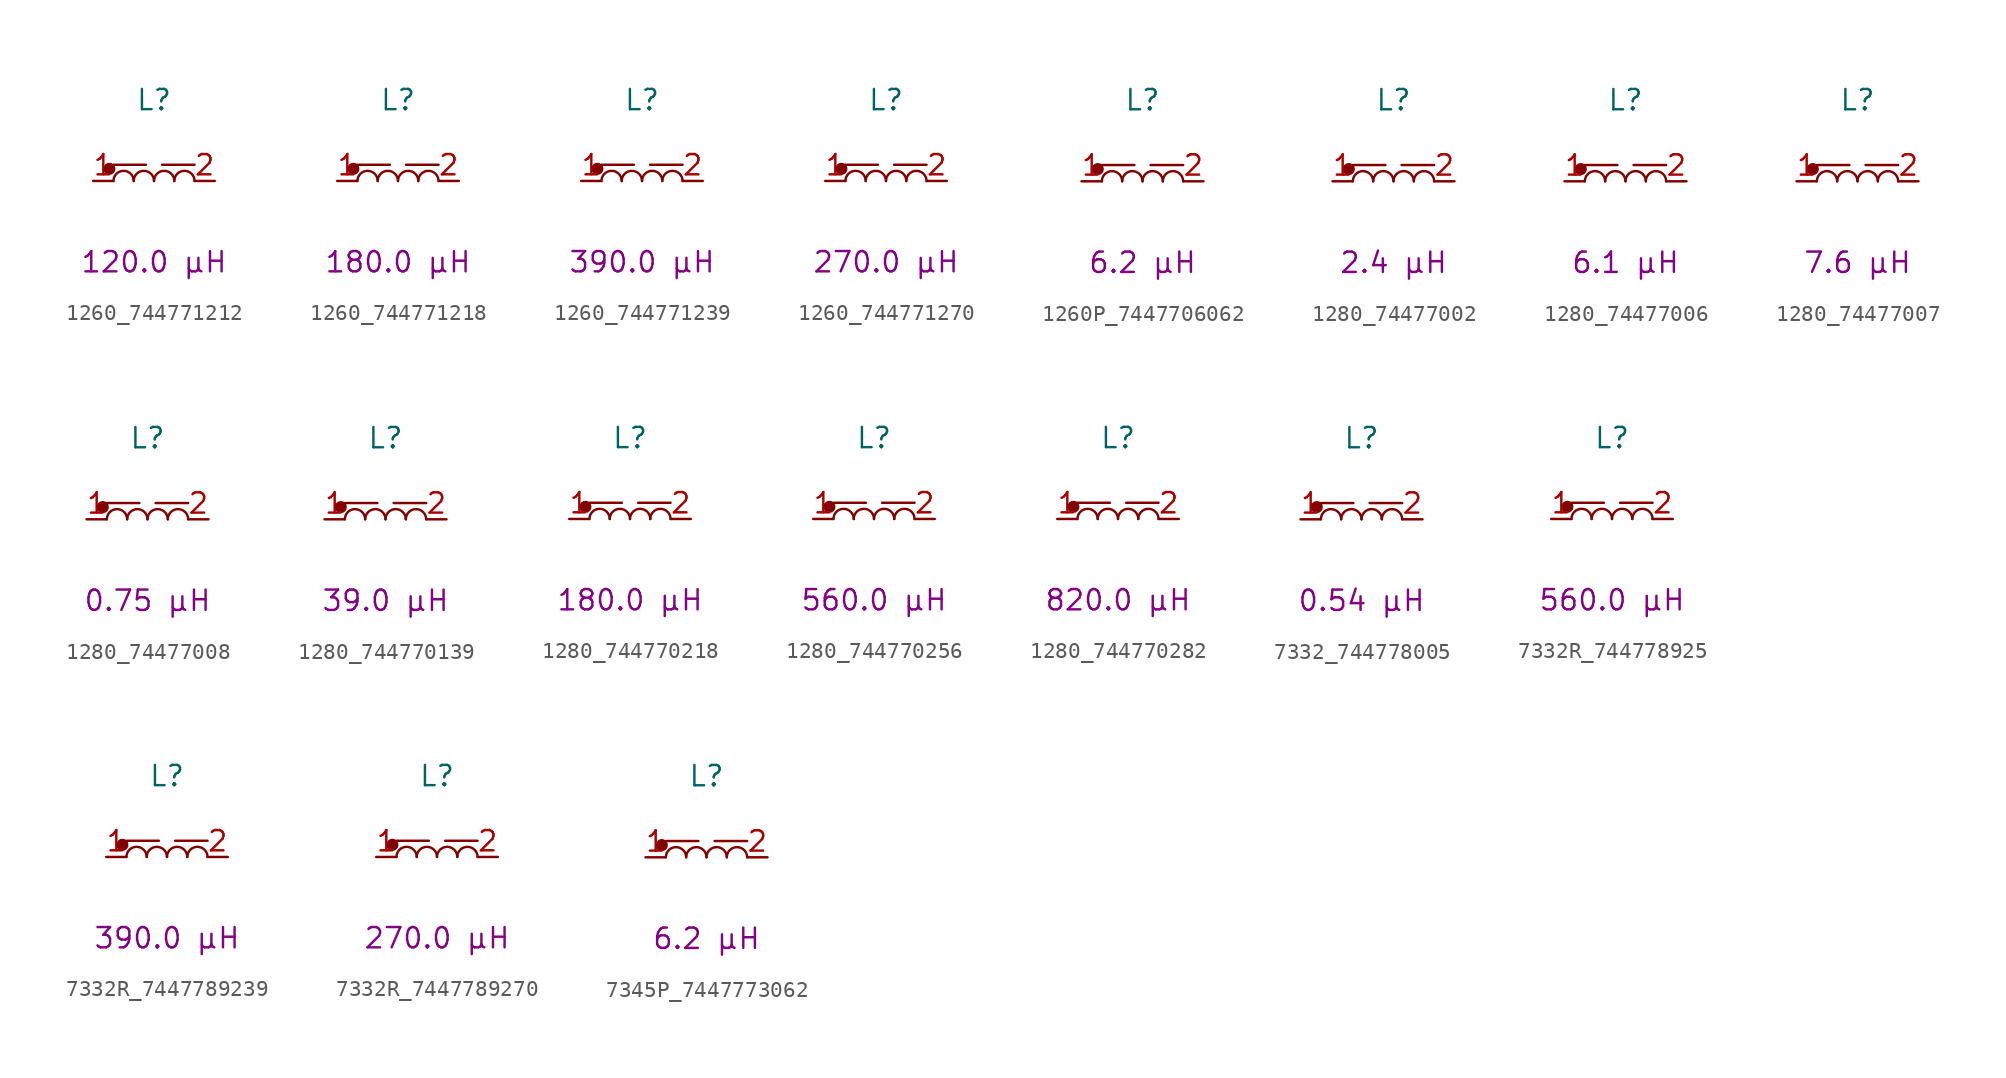
<source format=kicad_sym>
(kicad_symbol_lib
  (version 20220914)
  (generator kicad_symbol_editor)
  (symbol "1260_744771212"
    (pin_names hide)
    (property "Reference" "L"
      (at 0 5.08 0)
      (effects (font (size 1.27 1.27))))
    (property "Critical Parameter" "120.0 µH"
      (at 0 -5.08 0)
      (effects (font (size 1.27 1.27))))
    (symbol "1260_744771212_0_1"
      (arc (start -1.27 0) (mid -1.905 0.6323) (end -2.54 0) (stroke (width 0) (type default)) (fill (type none)))
      (arc (start 0 0) (mid -0.635 0.6323) (end -1.27 0) (stroke (width 0) (type default)) (fill (type none)))
      (polyline (pts (xy -2.54 1.016) (xy -0.508 1.016)) (stroke (width 0) (type default)) (fill (type none)))
      (arc (start 1.27 0) (mid 0.635 0.6323) (end 0 0) (stroke (width 0) (type default)) (fill (type none)))
      (arc (start 2.54 0) (mid 1.905 0.6323) (end 1.27 0) (stroke (width 0) (type default)) (fill (type none))))
    (symbol "1260_744771212_1_1"
      (circle (center -2.794 0.762) (radius 0.0001) (stroke (width 0.381) (type default)) (fill (type none)))
      (polyline (pts (xy 2.54 1.016) (xy 0.508 1.016)) (stroke (width 0) (type default)) (fill (type none)))
      (pin passive line (at -3.81 0 0) (length 1.27) (name "1" (effects (font (size 1.27 1.27)))) (number "1" (effects (font (size 1.27 1.27)))))
      (pin passive line (at 3.81 0 180) (length 1.27) (name "2" (effects (font (size 1.27 1.27)))) (number "2" (effects (font (size 1.27 1.27)))))))
  (symbol "1260_744771218"
    (pin_names hide)
    (property "Reference" "L"
      (at 0 5.08 0)
      (effects (font (size 1.27 1.27))))
    (property "Critical Parameter" "180.0 µH"
      (at 0 -5.08 0)
      (effects (font (size 1.27 1.27))))
    (symbol "1260_744771218_0_1"
      (arc (start -1.27 0) (mid -1.905 0.6323) (end -2.54 0) (stroke (width 0) (type default)) (fill (type none)))
      (arc (start 0 0) (mid -0.635 0.6323) (end -1.27 0) (stroke (width 0) (type default)) (fill (type none)))
      (polyline (pts (xy -2.54 1.016) (xy -0.508 1.016)) (stroke (width 0) (type default)) (fill (type none)))
      (arc (start 1.27 0) (mid 0.635 0.6323) (end 0 0) (stroke (width 0) (type default)) (fill (type none)))
      (arc (start 2.54 0) (mid 1.905 0.6323) (end 1.27 0) (stroke (width 0) (type default)) (fill (type none))))
    (symbol "1260_744771218_1_1"
      (circle (center -2.794 0.762) (radius 0.0001) (stroke (width 0.381) (type default)) (fill (type none)))
      (polyline (pts (xy 2.54 1.016) (xy 0.508 1.016)) (stroke (width 0) (type default)) (fill (type none)))
      (pin passive line (at -3.81 0 0) (length 1.27) (name "1" (effects (font (size 1.27 1.27)))) (number "1" (effects (font (size 1.27 1.27)))))
      (pin passive line (at 3.81 0 180) (length 1.27) (name "2" (effects (font (size 1.27 1.27)))) (number "2" (effects (font (size 1.27 1.27)))))))
  (symbol "1260_744771239"
    (pin_names hide)
    (property "Reference" "L"
      (at 0 5.08 0)
      (effects (font (size 1.27 1.27))))
    (property "Critical Parameter" "390.0 µH"
      (at 0 -5.08 0)
      (effects (font (size 1.27 1.27))))
    (symbol "1260_744771239_0_1"
      (arc (start -1.27 0) (mid -1.905 0.6323) (end -2.54 0) (stroke (width 0) (type default)) (fill (type none)))
      (arc (start 0 0) (mid -0.635 0.6323) (end -1.27 0) (stroke (width 0) (type default)) (fill (type none)))
      (polyline (pts (xy -2.54 1.016) (xy -0.508 1.016)) (stroke (width 0) (type default)) (fill (type none)))
      (arc (start 1.27 0) (mid 0.635 0.6323) (end 0 0) (stroke (width 0) (type default)) (fill (type none)))
      (arc (start 2.54 0) (mid 1.905 0.6323) (end 1.27 0) (stroke (width 0) (type default)) (fill (type none))))
    (symbol "1260_744771239_1_1"
      (circle (center -2.794 0.762) (radius 0.0001) (stroke (width 0.381) (type default)) (fill (type none)))
      (polyline (pts (xy 2.54 1.016) (xy 0.508 1.016)) (stroke (width 0) (type default)) (fill (type none)))
      (pin passive line (at -3.81 0 0) (length 1.27) (name "1" (effects (font (size 1.27 1.27)))) (number "1" (effects (font (size 1.27 1.27)))))
      (pin passive line (at 3.81 0 180) (length 1.27) (name "2" (effects (font (size 1.27 1.27)))) (number "2" (effects (font (size 1.27 1.27)))))))
  (symbol "1260_744771270"
    (pin_names hide)
    (property "Reference" "L"
      (at 0 5.08 0)
      (effects (font (size 1.27 1.27))))
    (property "Critical Parameter" "270.0 µH"
      (at 0 -5.08 0)
      (effects (font (size 1.27 1.27))))
    (symbol "1260_744771270_0_1"
      (arc (start -1.27 0) (mid -1.905 0.6323) (end -2.54 0) (stroke (width 0) (type default)) (fill (type none)))
      (arc (start 0 0) (mid -0.635 0.6323) (end -1.27 0) (stroke (width 0) (type default)) (fill (type none)))
      (polyline (pts (xy -2.54 1.016) (xy -0.508 1.016)) (stroke (width 0) (type default)) (fill (type none)))
      (arc (start 1.27 0) (mid 0.635 0.6323) (end 0 0) (stroke (width 0) (type default)) (fill (type none)))
      (arc (start 2.54 0) (mid 1.905 0.6323) (end 1.27 0) (stroke (width 0) (type default)) (fill (type none))))
    (symbol "1260_744771270_1_1"
      (circle (center -2.794 0.762) (radius 0.0001) (stroke (width 0.381) (type default)) (fill (type none)))
      (polyline (pts (xy 2.54 1.016) (xy 0.508 1.016)) (stroke (width 0) (type default)) (fill (type none)))
      (pin passive line (at -3.81 0 0) (length 1.27) (name "1" (effects (font (size 1.27 1.27)))) (number "1" (effects (font (size 1.27 1.27)))))
      (pin passive line (at 3.81 0 180) (length 1.27) (name "2" (effects (font (size 1.27 1.27)))) (number "2" (effects (font (size 1.27 1.27)))))))
  (symbol "1260P_7447706062"
    (pin_names hide)
    (property "Reference" "L"
      (at 0 5.08 0)
      (effects (font (size 1.27 1.27))))
    (property "Critical Parameter" "6.2 µH"
      (at 0 -5.08 0)
      (effects (font (size 1.27 1.27))))
    (symbol "1260P_7447706062_0_1"
      (arc (start -1.27 0) (mid -1.905 0.6323) (end -2.54 0) (stroke (width 0) (type default)) (fill (type none)))
      (arc (start 0 0) (mid -0.635 0.6323) (end -1.27 0) (stroke (width 0) (type default)) (fill (type none)))
      (polyline (pts (xy -2.54 1.016) (xy -0.508 1.016)) (stroke (width 0) (type default)) (fill (type none)))
      (arc (start 1.27 0) (mid 0.635 0.6323) (end 0 0) (stroke (width 0) (type default)) (fill (type none)))
      (arc (start 2.54 0) (mid 1.905 0.6323) (end 1.27 0) (stroke (width 0) (type default)) (fill (type none))))
    (symbol "1260P_7447706062_1_1"
      (circle (center -2.794 0.762) (radius 0.0001) (stroke (width 0.381) (type default)) (fill (type none)))
      (polyline (pts (xy 2.54 1.016) (xy 0.508 1.016)) (stroke (width 0) (type default)) (fill (type none)))
      (pin passive line (at -3.81 0 0) (length 1.27) (name "1" (effects (font (size 1.27 1.27)))) (number "1" (effects (font (size 1.27 1.27)))))
      (pin passive line (at 3.81 0 180) (length 1.27) (name "2" (effects (font (size 1.27 1.27)))) (number "2" (effects (font (size 1.27 1.27)))))))
  (symbol "1280_74477002"
    (pin_names hide)
    (property "Reference" "L"
      (at 0 5.08 0)
      (effects (font (size 1.27 1.27))))
    (property "Critical Parameter" "2.4 µH"
      (at 0 -5.08 0)
      (effects (font (size 1.27 1.27))))
    (symbol "1280_74477002_0_1"
      (arc (start -1.27 0) (mid -1.905 0.6323) (end -2.54 0) (stroke (width 0) (type default)) (fill (type none)))
      (arc (start 0 0) (mid -0.635 0.6323) (end -1.27 0) (stroke (width 0) (type default)) (fill (type none)))
      (polyline (pts (xy -2.54 1.016) (xy -0.508 1.016)) (stroke (width 0) (type default)) (fill (type none)))
      (arc (start 1.27 0) (mid 0.635 0.6323) (end 0 0) (stroke (width 0) (type default)) (fill (type none)))
      (arc (start 2.54 0) (mid 1.905 0.6323) (end 1.27 0) (stroke (width 0) (type default)) (fill (type none))))
    (symbol "1280_74477002_1_1"
      (circle (center -2.794 0.762) (radius 0.0001) (stroke (width 0.381) (type default)) (fill (type none)))
      (polyline (pts (xy 2.54 1.016) (xy 0.508 1.016)) (stroke (width 0) (type default)) (fill (type none)))
      (pin passive line (at -3.81 0 0) (length 1.27) (name "1" (effects (font (size 1.27 1.27)))) (number "1" (effects (font (size 1.27 1.27)))))
      (pin passive line (at 3.81 0 180) (length 1.27) (name "2" (effects (font (size 1.27 1.27)))) (number "2" (effects (font (size 1.27 1.27)))))))
  (symbol "1280_74477006"
    (pin_names hide)
    (property "Reference" "L"
      (at 0 5.08 0)
      (effects (font (size 1.27 1.27))))
    (property "Critical Parameter" "6.1 µH"
      (at 0 -5.08 0)
      (effects (font (size 1.27 1.27))))
    (symbol "1280_74477006_0_1"
      (arc (start -1.27 0) (mid -1.905 0.6323) (end -2.54 0) (stroke (width 0) (type default)) (fill (type none)))
      (arc (start 0 0) (mid -0.635 0.6323) (end -1.27 0) (stroke (width 0) (type default)) (fill (type none)))
      (polyline (pts (xy -2.54 1.016) (xy -0.508 1.016)) (stroke (width 0) (type default)) (fill (type none)))
      (arc (start 1.27 0) (mid 0.635 0.6323) (end 0 0) (stroke (width 0) (type default)) (fill (type none)))
      (arc (start 2.54 0) (mid 1.905 0.6323) (end 1.27 0) (stroke (width 0) (type default)) (fill (type none))))
    (symbol "1280_74477006_1_1"
      (circle (center -2.794 0.762) (radius 0.0001) (stroke (width 0.381) (type default)) (fill (type none)))
      (polyline (pts (xy 2.54 1.016) (xy 0.508 1.016)) (stroke (width 0) (type default)) (fill (type none)))
      (pin passive line (at -3.81 0 0) (length 1.27) (name "1" (effects (font (size 1.27 1.27)))) (number "1" (effects (font (size 1.27 1.27)))))
      (pin passive line (at 3.81 0 180) (length 1.27) (name "2" (effects (font (size 1.27 1.27)))) (number "2" (effects (font (size 1.27 1.27)))))))
  (symbol "1280_74477007"
    (pin_names hide)
    (property "Reference" "L"
      (at 0 5.08 0)
      (effects (font (size 1.27 1.27))))
    (property "Critical Parameter" "7.6 µH"
      (at 0 -5.08 0)
      (effects (font (size 1.27 1.27))))
    (symbol "1280_74477007_0_1"
      (arc (start -1.27 0) (mid -1.905 0.6323) (end -2.54 0) (stroke (width 0) (type default)) (fill (type none)))
      (arc (start 0 0) (mid -0.635 0.6323) (end -1.27 0) (stroke (width 0) (type default)) (fill (type none)))
      (polyline (pts (xy -2.54 1.016) (xy -0.508 1.016)) (stroke (width 0) (type default)) (fill (type none)))
      (arc (start 1.27 0) (mid 0.635 0.6323) (end 0 0) (stroke (width 0) (type default)) (fill (type none)))
      (arc (start 2.54 0) (mid 1.905 0.6323) (end 1.27 0) (stroke (width 0) (type default)) (fill (type none))))
    (symbol "1280_74477007_1_1"
      (circle (center -2.794 0.762) (radius 0.0001) (stroke (width 0.381) (type default)) (fill (type none)))
      (polyline (pts (xy 2.54 1.016) (xy 0.508 1.016)) (stroke (width 0) (type default)) (fill (type none)))
      (pin passive line (at -3.81 0 0) (length 1.27) (name "1" (effects (font (size 1.27 1.27)))) (number "1" (effects (font (size 1.27 1.27)))))
      (pin passive line (at 3.81 0 180) (length 1.27) (name "2" (effects (font (size 1.27 1.27)))) (number "2" (effects (font (size 1.27 1.27)))))))
  (symbol "1280_74477008"
    (pin_names hide)
    (property "Reference" "L"
      (at 0 5.08 0)
      (effects (font (size 1.27 1.27))))
    (property "Critical Parameter" "0.75 µH"
      (at 0 -5.08 0)
      (effects (font (size 1.27 1.27))))
    (symbol "1280_74477008_0_1"
      (arc (start -1.27 0) (mid -1.905 0.6323) (end -2.54 0) (stroke (width 0) (type default)) (fill (type none)))
      (arc (start 0 0) (mid -0.635 0.6323) (end -1.27 0) (stroke (width 0) (type default)) (fill (type none)))
      (polyline (pts (xy -2.54 1.016) (xy -0.508 1.016)) (stroke (width 0) (type default)) (fill (type none)))
      (arc (start 1.27 0) (mid 0.635 0.6323) (end 0 0) (stroke (width 0) (type default)) (fill (type none)))
      (arc (start 2.54 0) (mid 1.905 0.6323) (end 1.27 0) (stroke (width 0) (type default)) (fill (type none))))
    (symbol "1280_74477008_1_1"
      (circle (center -2.794 0.762) (radius 0.0001) (stroke (width 0.381) (type default)) (fill (type none)))
      (polyline (pts (xy 2.54 1.016) (xy 0.508 1.016)) (stroke (width 0) (type default)) (fill (type none)))
      (pin passive line (at -3.81 0 0) (length 1.27) (name "1" (effects (font (size 1.27 1.27)))) (number "1" (effects (font (size 1.27 1.27)))))
      (pin passive line (at 3.81 0 180) (length 1.27) (name "2" (effects (font (size 1.27 1.27)))) (number "2" (effects (font (size 1.27 1.27)))))))
  (symbol "1280_744770139"
    (pin_names hide)
    (property "Reference" "L"
      (at 0 5.08 0)
      (effects (font (size 1.27 1.27))))
    (property "Critical Parameter" "39.0 µH"
      (at 0 -5.08 0)
      (effects (font (size 1.27 1.27))))
    (symbol "1280_744770139_0_1"
      (arc (start -1.27 0) (mid -1.905 0.6323) (end -2.54 0) (stroke (width 0) (type default)) (fill (type none)))
      (arc (start 0 0) (mid -0.635 0.6323) (end -1.27 0) (stroke (width 0) (type default)) (fill (type none)))
      (polyline (pts (xy -2.54 1.016) (xy -0.508 1.016)) (stroke (width 0) (type default)) (fill (type none)))
      (arc (start 1.27 0) (mid 0.635 0.6323) (end 0 0) (stroke (width 0) (type default)) (fill (type none)))
      (arc (start 2.54 0) (mid 1.905 0.6323) (end 1.27 0) (stroke (width 0) (type default)) (fill (type none))))
    (symbol "1280_744770139_1_1"
      (circle (center -2.794 0.762) (radius 0.0001) (stroke (width 0.381) (type default)) (fill (type none)))
      (polyline (pts (xy 2.54 1.016) (xy 0.508 1.016)) (stroke (width 0) (type default)) (fill (type none)))
      (pin passive line (at -3.81 0 0) (length 1.27) (name "1" (effects (font (size 1.27 1.27)))) (number "1" (effects (font (size 1.27 1.27)))))
      (pin passive line (at 3.81 0 180) (length 1.27) (name "2" (effects (font (size 1.27 1.27)))) (number "2" (effects (font (size 1.27 1.27)))))))
  (symbol "1280_744770218"
    (pin_names hide)
    (property "Reference" "L"
      (at 0 5.08 0)
      (effects (font (size 1.27 1.27))))
    (property "Critical Parameter" "180.0 µH"
      (at 0 -5.08 0)
      (effects (font (size 1.27 1.27))))
    (symbol "1280_744770218_0_1"
      (arc (start -1.27 0) (mid -1.905 0.6323) (end -2.54 0) (stroke (width 0) (type default)) (fill (type none)))
      (arc (start 0 0) (mid -0.635 0.6323) (end -1.27 0) (stroke (width 0) (type default)) (fill (type none)))
      (polyline (pts (xy -2.54 1.016) (xy -0.508 1.016)) (stroke (width 0) (type default)) (fill (type none)))
      (arc (start 1.27 0) (mid 0.635 0.6323) (end 0 0) (stroke (width 0) (type default)) (fill (type none)))
      (arc (start 2.54 0) (mid 1.905 0.6323) (end 1.27 0) (stroke (width 0) (type default)) (fill (type none))))
    (symbol "1280_744770218_1_1"
      (circle (center -2.794 0.762) (radius 0.0001) (stroke (width 0.381) (type default)) (fill (type none)))
      (polyline (pts (xy 2.54 1.016) (xy 0.508 1.016)) (stroke (width 0) (type default)) (fill (type none)))
      (pin passive line (at -3.81 0 0) (length 1.27) (name "1" (effects (font (size 1.27 1.27)))) (number "1" (effects (font (size 1.27 1.27)))))
      (pin passive line (at 3.81 0 180) (length 1.27) (name "2" (effects (font (size 1.27 1.27)))) (number "2" (effects (font (size 1.27 1.27)))))))
  (symbol "1280_744770256"
    (pin_names hide)
    (property "Reference" "L"
      (at 0 5.08 0)
      (effects (font (size 1.27 1.27))))
    (property "Critical Parameter" "560.0 µH"
      (at 0 -5.08 0)
      (effects (font (size 1.27 1.27))))
    (symbol "1280_744770256_0_1"
      (arc (start -1.27 0) (mid -1.905 0.6323) (end -2.54 0) (stroke (width 0) (type default)) (fill (type none)))
      (arc (start 0 0) (mid -0.635 0.6323) (end -1.27 0) (stroke (width 0) (type default)) (fill (type none)))
      (polyline (pts (xy -2.54 1.016) (xy -0.508 1.016)) (stroke (width 0) (type default)) (fill (type none)))
      (arc (start 1.27 0) (mid 0.635 0.6323) (end 0 0) (stroke (width 0) (type default)) (fill (type none)))
      (arc (start 2.54 0) (mid 1.905 0.6323) (end 1.27 0) (stroke (width 0) (type default)) (fill (type none))))
    (symbol "1280_744770256_1_1"
      (circle (center -2.794 0.762) (radius 0.0001) (stroke (width 0.381) (type default)) (fill (type none)))
      (polyline (pts (xy 2.54 1.016) (xy 0.508 1.016)) (stroke (width 0) (type default)) (fill (type none)))
      (pin passive line (at -3.81 0 0) (length 1.27) (name "1" (effects (font (size 1.27 1.27)))) (number "1" (effects (font (size 1.27 1.27)))))
      (pin passive line (at 3.81 0 180) (length 1.27) (name "2" (effects (font (size 1.27 1.27)))) (number "2" (effects (font (size 1.27 1.27)))))))
  (symbol "1280_744770282"
    (pin_names hide)
    (property "Reference" "L"
      (at 0 5.08 0)
      (effects (font (size 1.27 1.27))))
    (property "Critical Parameter" "820.0 µH"
      (at 0 -5.08 0)
      (effects (font (size 1.27 1.27))))
    (symbol "1280_744770282_0_1"
      (arc (start -1.27 0) (mid -1.905 0.6323) (end -2.54 0) (stroke (width 0) (type default)) (fill (type none)))
      (arc (start 0 0) (mid -0.635 0.6323) (end -1.27 0) (stroke (width 0) (type default)) (fill (type none)))
      (polyline (pts (xy -2.54 1.016) (xy -0.508 1.016)) (stroke (width 0) (type default)) (fill (type none)))
      (arc (start 1.27 0) (mid 0.635 0.6323) (end 0 0) (stroke (width 0) (type default)) (fill (type none)))
      (arc (start 2.54 0) (mid 1.905 0.6323) (end 1.27 0) (stroke (width 0) (type default)) (fill (type none))))
    (symbol "1280_744770282_1_1"
      (circle (center -2.794 0.762) (radius 0.0001) (stroke (width 0.381) (type default)) (fill (type none)))
      (polyline (pts (xy 2.54 1.016) (xy 0.508 1.016)) (stroke (width 0) (type default)) (fill (type none)))
      (pin passive line (at -3.81 0 0) (length 1.27) (name "1" (effects (font (size 1.27 1.27)))) (number "1" (effects (font (size 1.27 1.27)))))
      (pin passive line (at 3.81 0 180) (length 1.27) (name "2" (effects (font (size 1.27 1.27)))) (number "2" (effects (font (size 1.27 1.27)))))))
  (symbol "7332_744778005"
    (pin_names hide)
    (property "Reference" "L"
      (at 0 5.08 0)
      (effects (font (size 1.27 1.27))))
    (property "Critical Parameter" "0.54 µH"
      (at 0 -5.08 0)
      (effects (font (size 1.27 1.27))))
    (symbol "7332_744778005_0_1"
      (arc (start -1.27 0) (mid -1.905 0.6323) (end -2.54 0) (stroke (width 0) (type default)) (fill (type none)))
      (arc (start 0 0) (mid -0.635 0.6323) (end -1.27 0) (stroke (width 0) (type default)) (fill (type none)))
      (polyline (pts (xy -2.54 1.016) (xy -0.508 1.016)) (stroke (width 0) (type default)) (fill (type none)))
      (arc (start 1.27 0) (mid 0.635 0.6323) (end 0 0) (stroke (width 0) (type default)) (fill (type none)))
      (arc (start 2.54 0) (mid 1.905 0.6323) (end 1.27 0) (stroke (width 0) (type default)) (fill (type none))))
    (symbol "7332_744778005_1_1"
      (circle (center -2.794 0.762) (radius 0.0001) (stroke (width 0.381) (type default)) (fill (type none)))
      (polyline (pts (xy 2.54 1.016) (xy 0.508 1.016)) (stroke (width 0) (type default)) (fill (type none)))
      (pin passive line (at -3.81 0 0) (length 1.27) (name "1" (effects (font (size 1.27 1.27)))) (number "1" (effects (font (size 1.27 1.27)))))
      (pin passive line (at 3.81 0 180) (length 1.27) (name "2" (effects (font (size 1.27 1.27)))) (number "2" (effects (font (size 1.27 1.27)))))))
  (symbol "7332R_744778925"
    (pin_names hide)
    (property "Reference" "L"
      (at 0 5.08 0)
      (effects (font (size 1.27 1.27))))
    (property "Critical Parameter" "560.0 µH"
      (at 0 -5.08 0)
      (effects (font (size 1.27 1.27))))
    (symbol "7332R_744778925_0_1"
      (arc (start -1.27 0) (mid -1.905 0.6323) (end -2.54 0) (stroke (width 0) (type default)) (fill (type none)))
      (arc (start 0 0) (mid -0.635 0.6323) (end -1.27 0) (stroke (width 0) (type default)) (fill (type none)))
      (polyline (pts (xy -2.54 1.016) (xy -0.508 1.016)) (stroke (width 0) (type default)) (fill (type none)))
      (arc (start 1.27 0) (mid 0.635 0.6323) (end 0 0) (stroke (width 0) (type default)) (fill (type none)))
      (arc (start 2.54 0) (mid 1.905 0.6323) (end 1.27 0) (stroke (width 0) (type default)) (fill (type none))))
    (symbol "7332R_744778925_1_1"
      (circle (center -2.794 0.762) (radius 0.0001) (stroke (width 0.381) (type default)) (fill (type none)))
      (polyline (pts (xy 2.54 1.016) (xy 0.508 1.016)) (stroke (width 0) (type default)) (fill (type none)))
      (pin passive line (at -3.81 0 0) (length 1.27) (name "1" (effects (font (size 1.27 1.27)))) (number "1" (effects (font (size 1.27 1.27)))))
      (pin passive line (at 3.81 0 180) (length 1.27) (name "2" (effects (font (size 1.27 1.27)))) (number "2" (effects (font (size 1.27 1.27)))))))
  (symbol "7332R_7447789239"
    (pin_names hide)
    (property "Reference" "L"
      (at 0 5.08 0)
      (effects (font (size 1.27 1.27))))
    (property "Critical Parameter" "390.0 µH"
      (at 0 -5.08 0)
      (effects (font (size 1.27 1.27))))
    (symbol "7332R_7447789239_0_1"
      (arc (start -1.27 0) (mid -1.905 0.6323) (end -2.54 0) (stroke (width 0) (type default)) (fill (type none)))
      (arc (start 0 0) (mid -0.635 0.6323) (end -1.27 0) (stroke (width 0) (type default)) (fill (type none)))
      (polyline (pts (xy -2.54 1.016) (xy -0.508 1.016)) (stroke (width 0) (type default)) (fill (type none)))
      (arc (start 1.27 0) (mid 0.635 0.6323) (end 0 0) (stroke (width 0) (type default)) (fill (type none)))
      (arc (start 2.54 0) (mid 1.905 0.6323) (end 1.27 0) (stroke (width 0) (type default)) (fill (type none))))
    (symbol "7332R_7447789239_1_1"
      (circle (center -2.794 0.762) (radius 0.0001) (stroke (width 0.381) (type default)) (fill (type none)))
      (polyline (pts (xy 2.54 1.016) (xy 0.508 1.016)) (stroke (width 0) (type default)) (fill (type none)))
      (pin passive line (at -3.81 0 0) (length 1.27) (name "1" (effects (font (size 1.27 1.27)))) (number "1" (effects (font (size 1.27 1.27)))))
      (pin passive line (at 3.81 0 180) (length 1.27) (name "2" (effects (font (size 1.27 1.27)))) (number "2" (effects (font (size 1.27 1.27)))))))
  (symbol "7332R_7447789270"
    (pin_names hide)
    (property "Reference" "L"
      (at 0 5.08 0)
      (effects (font (size 1.27 1.27))))
    (property "Critical Parameter" "270.0 µH"
      (at 0 -5.08 0)
      (effects (font (size 1.27 1.27))))
    (symbol "7332R_7447789270_0_1"
      (arc (start -1.27 0) (mid -1.905 0.6323) (end -2.54 0) (stroke (width 0) (type default)) (fill (type none)))
      (arc (start 0 0) (mid -0.635 0.6323) (end -1.27 0) (stroke (width 0) (type default)) (fill (type none)))
      (polyline (pts (xy -2.54 1.016) (xy -0.508 1.016)) (stroke (width 0) (type default)) (fill (type none)))
      (arc (start 1.27 0) (mid 0.635 0.6323) (end 0 0) (stroke (width 0) (type default)) (fill (type none)))
      (arc (start 2.54 0) (mid 1.905 0.6323) (end 1.27 0) (stroke (width 0) (type default)) (fill (type none))))
    (symbol "7332R_7447789270_1_1"
      (circle (center -2.794 0.762) (radius 0.0001) (stroke (width 0.381) (type default)) (fill (type none)))
      (polyline (pts (xy 2.54 1.016) (xy 0.508 1.016)) (stroke (width 0) (type default)) (fill (type none)))
      (pin passive line (at -3.81 0 0) (length 1.27) (name "1" (effects (font (size 1.27 1.27)))) (number "1" (effects (font (size 1.27 1.27)))))
      (pin passive line (at 3.81 0 180) (length 1.27) (name "2" (effects (font (size 1.27 1.27)))) (number "2" (effects (font (size 1.27 1.27)))))))
  (symbol "7345P_7447773062"
    (pin_names hide)
    (property "Reference" "L"
      (at 0 5.08 0)
      (effects (font (size 1.27 1.27))))
    (property "Critical Parameter" "6.2 µH"
      (at 0 -5.08 0)
      (effects (font (size 1.27 1.27))))
    (symbol "7345P_7447773062_0_1"
      (arc (start -1.27 0) (mid -1.905 0.6323) (end -2.54 0) (stroke (width 0) (type default)) (fill (type none)))
      (arc (start 0 0) (mid -0.635 0.6323) (end -1.27 0) (stroke (width 0) (type default)) (fill (type none)))
      (polyline (pts (xy -2.54 1.016) (xy -0.508 1.016)) (stroke (width 0) (type default)) (fill (type none)))
      (arc (start 1.27 0) (mid 0.635 0.6323) (end 0 0) (stroke (width 0) (type default)) (fill (type none)))
      (arc (start 2.54 0) (mid 1.905 0.6323) (end 1.27 0) (stroke (width 0) (type default)) (fill (type none))))
    (symbol "7345P_7447773062_1_1"
      (circle (center -2.794 0.762) (radius 0.0001) (stroke (width 0.381) (type default)) (fill (type none)))
      (polyline (pts (xy 2.54 1.016) (xy 0.508 1.016)) (stroke (width 0) (type default)) (fill (type none)))
      (pin passive line (at -3.81 0 0) (length 1.27) (name "1" (effects (font (size 1.27 1.27)))) (number "1" (effects (font (size 1.27 1.27)))))
      (pin passive line (at 3.81 0 180) (length 1.27) (name "2" (effects (font (size 1.27 1.27)))) (number "2" (effects (font (size 1.27 1.27))))))))
</source>
